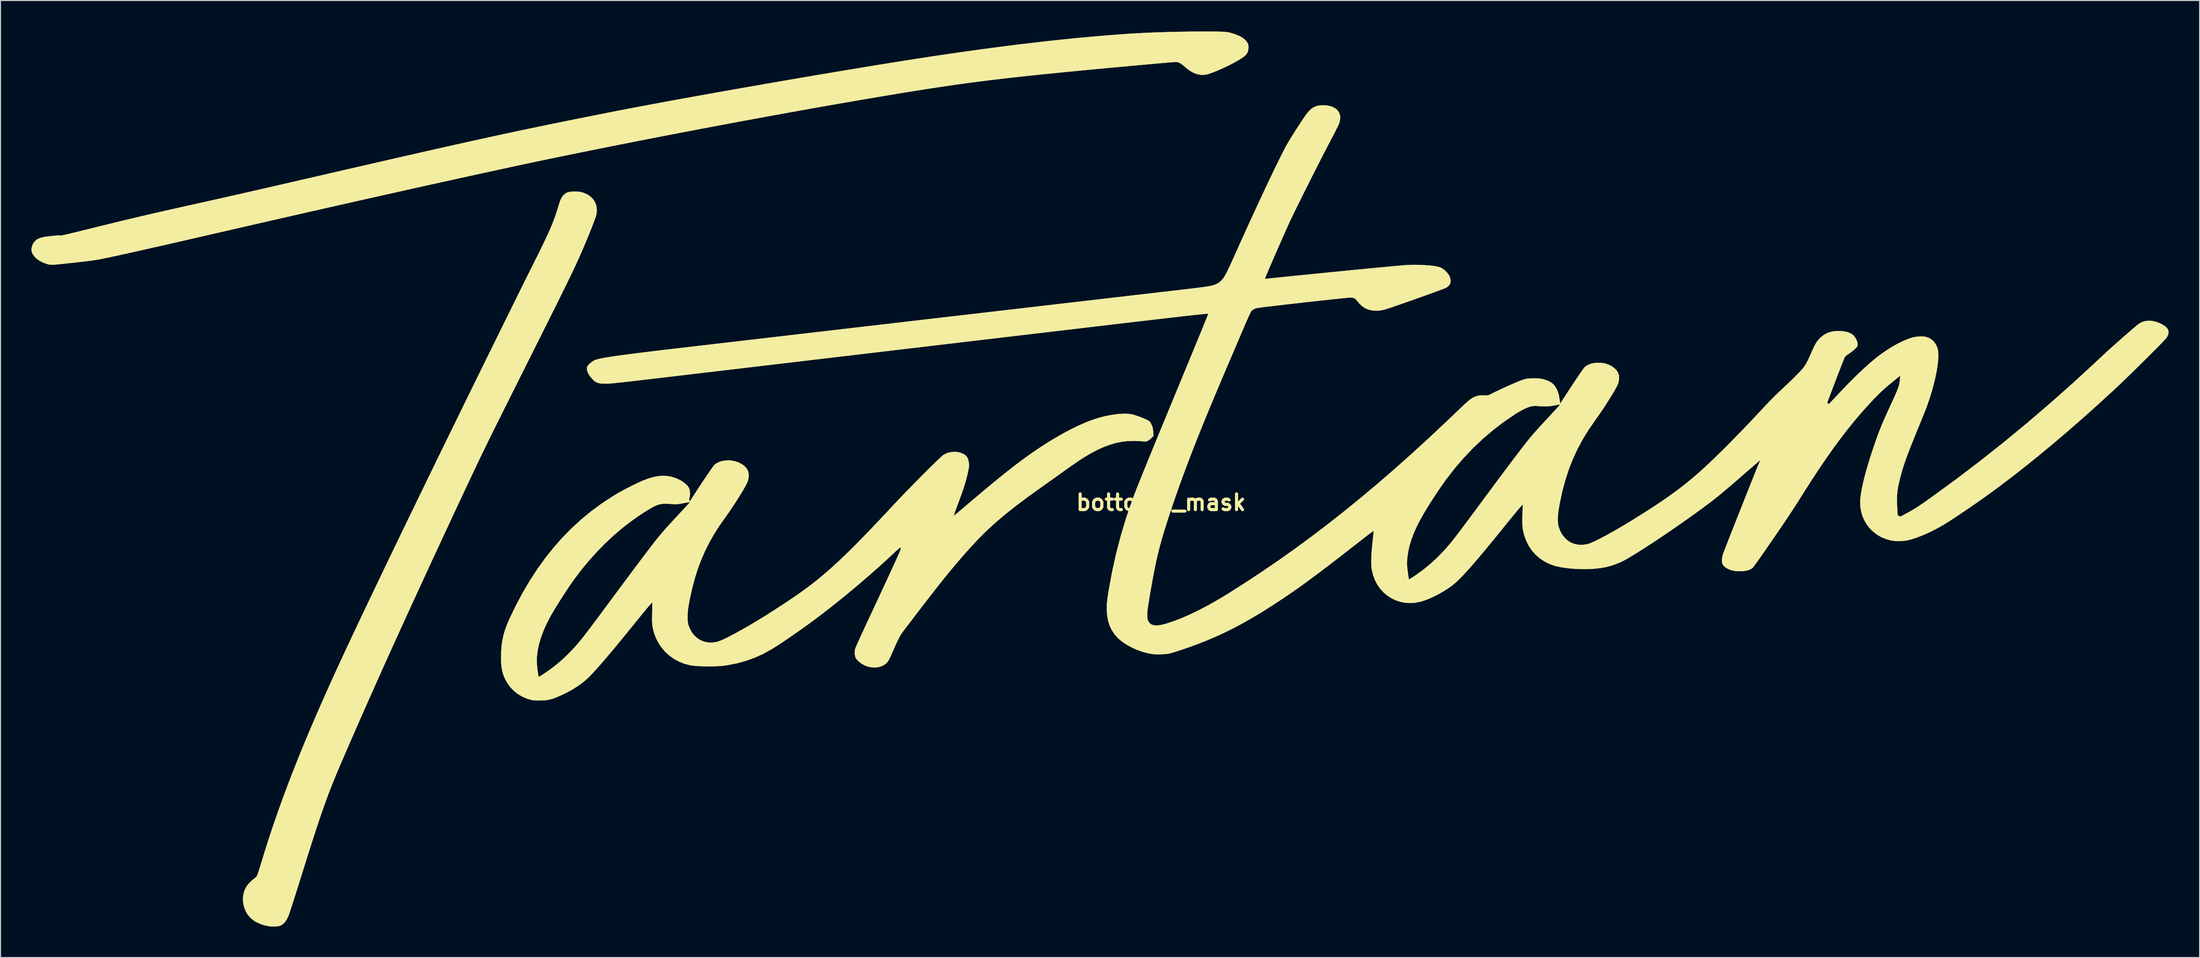
<source format=kicad_pcb>
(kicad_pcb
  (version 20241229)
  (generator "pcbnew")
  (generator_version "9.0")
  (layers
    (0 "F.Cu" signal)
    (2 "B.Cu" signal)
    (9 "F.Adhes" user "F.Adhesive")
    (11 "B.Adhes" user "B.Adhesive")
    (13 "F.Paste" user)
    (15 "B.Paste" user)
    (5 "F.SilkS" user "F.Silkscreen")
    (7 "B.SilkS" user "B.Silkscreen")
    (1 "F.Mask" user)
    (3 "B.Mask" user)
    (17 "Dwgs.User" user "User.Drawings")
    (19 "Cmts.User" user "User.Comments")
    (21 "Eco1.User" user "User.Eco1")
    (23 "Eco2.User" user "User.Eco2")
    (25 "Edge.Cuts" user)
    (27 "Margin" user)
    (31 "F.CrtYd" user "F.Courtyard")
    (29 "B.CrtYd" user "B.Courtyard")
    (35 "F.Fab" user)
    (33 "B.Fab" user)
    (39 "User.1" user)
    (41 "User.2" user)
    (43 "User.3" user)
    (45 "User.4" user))
  (footprint "bottom1_mask"
    (layer "F.Cu")
    (at 109.543 45.728)
    (property "Reference" "bottom1_mask" (at 0 0 0) (layer "F.SilkS") (effects (font (size 1.524 1.524) (thickness 0.3))))
    (attr through_hole)
    (fp_poly (pts (xy -56.387 -30.156) (xy -56.016 -30.066) (xy -55.678 -29.924) (xy -55.378 -29.732) (xy -55.124 -29.494) (xy -54.92 -29.211) (xy -54.919 -29.209) (xy -54.803 -28.944) (xy -54.734 -28.643) (xy -54.715 -28.325) (xy -54.747 -28.01) (xy -54.781 -27.869) (xy -54.829 -27.714) (xy -54.903 -27.503) (xy -55 -27.242) (xy -55.115 -26.94) (xy -55.246 -26.605) (xy -55.391 -26.243) (xy -55.545 -25.863) (xy -55.706 -25.472) (xy -55.87 -25.078) (xy -56.035 -24.689) (xy -56.197 -24.313) (xy -56.354 -23.957) (xy -56.355 -23.956) (xy -56.444 -23.755) (xy -56.536 -23.552) (xy -56.63 -23.346) (xy -56.728 -23.132) (xy -56.832 -22.908) (xy -56.943 -22.672) (xy -57.063 -22.421) (xy -57.192 -22.152) (xy -57.331 -21.861) (xy -57.484 -21.548) (xy -57.649 -21.208) (xy -57.83 -20.839) (xy -58.028 -20.438) (xy -58.243 -20.003) (xy -58.477 -19.53) (xy -58.731 -19.018) (xy -59.007 -18.462) (xy -59.307 -17.862) (xy -59.63 -17.213) (xy -59.98 -16.512) (xy -60.357 -15.759) (xy -60.762 -14.948) (xy -61.197 -14.078) (xy -61.366 -13.741) (xy -61.804 -12.867) (xy -62.212 -12.052) (xy -62.592 -11.293) (xy -62.945 -10.586) (xy -63.274 -9.927) (xy -63.581 -9.313) (xy -63.867 -8.741) (xy -64.134 -8.205) (xy -64.383 -7.703) (xy -64.617 -7.231) (xy -64.838 -6.786) (xy -65.046 -6.363) (xy -65.244 -5.959) (xy -65.435 -5.57) (xy -65.618 -5.193) (xy -65.797 -4.824) (xy -65.973 -4.459) (xy -66.148 -4.094) (xy -66.324 -3.727) (xy -66.502 -3.352) (xy -66.684 -2.967) (xy -66.873 -2.568) (xy -67.069 -2.151) (xy -67.275 -1.713) (xy -67.492 -1.249) (xy -67.722 -0.756) (xy -67.968 -0.231) (xy -68.23 0.33) (xy -68.511 0.932) (xy -68.57 1.058) (xy -69.577 3.219) (xy -70.552 5.32) (xy -71.495 7.36) (xy -72.406 9.343) (xy -73.287 11.269) (xy -74.138 13.139) (xy -74.96 14.955) (xy -75.753 16.719) (xy -76.517 18.432) (xy -77.254 20.094) (xy -77.965 21.709) (xy -78.649 23.276) (xy -79.307 24.797) (xy -79.596 25.471) (xy -79.793 25.933) (xy -79.982 26.381) (xy -80.162 26.82) (xy -80.338 27.253) (xy -80.509 27.686) (xy -80.678 28.124) (xy -80.845 28.57) (xy -81.014 29.03) (xy -81.186 29.508) (xy -81.361 30.01) (xy -81.543 30.538) (xy -81.731 31.099) (xy -81.929 31.697) (xy -82.137 32.337) (xy -82.358 33.022) (xy -82.593 33.759) (xy -82.843 34.551) (xy -83.111 35.403) (xy -83.287 35.966) (xy -83.513 36.688) (xy -83.718 37.342) (xy -83.904 37.93) (xy -84.069 38.45) (xy -84.214 38.903) (xy -84.339 39.289) (xy -84.443 39.607) (xy -84.527 39.858) (xy -84.591 40.041) (xy -84.63 40.146) (xy -84.777 40.455) (xy -84.95 40.711) (xy -85.144 40.911) (xy -85.354 41.048) (xy -85.434 41.081) (xy -85.591 41.119) (xy -85.795 41.144) (xy -86.026 41.154) (xy -86.26 41.149) (xy -86.478 41.128) (xy -86.536 41.119) (xy -86.828 41.061) (xy -87.075 40.997) (xy -87.301 40.919) (xy -87.533 40.82) (xy -87.626 40.776) (xy -87.802 40.687) (xy -87.94 40.605) (xy -88.063 40.513) (xy -88.195 40.396) (xy -88.301 40.293) (xy -88.451 40.139) (xy -88.562 40.009) (xy -88.648 39.883) (xy -88.727 39.741) (xy -88.753 39.688) (xy -88.91 39.29) (xy -89.003 38.886) (xy -89.031 38.485) (xy -88.996 38.093) (xy -88.897 37.716) (xy -88.734 37.362) (xy -88.715 37.33) (xy -88.546 37.09) (xy -88.329 36.848) (xy -88.081 36.624) (xy -87.982 36.547) (xy -87.86 36.449) (xy -87.753 36.351) (xy -87.681 36.27) (xy -87.67 36.255) (xy -87.643 36.194) (xy -87.6 36.074) (xy -87.542 35.905) (xy -87.474 35.696) (xy -87.398 35.456) (xy -87.318 35.195) (xy -87.279 35.066) (xy -86.896 33.814) (xy -86.496 32.559) (xy -86.076 31.297) (xy -85.635 30.024) (xy -85.172 28.735) (xy -84.684 27.426) (xy -84.171 26.092) (xy -83.63 24.729) (xy -83.059 23.333) (xy -82.457 21.9) (xy -81.822 20.424) (xy -81.153 18.901) (xy -80.447 17.327) (xy -79.922 16.175) (xy -79.587 15.447) (xy -79.221 14.659) (xy -78.826 13.81) (xy -78.401 12.904) (xy -77.948 11.942) (xy -77.467 10.926) (xy -76.959 9.858) (xy -76.426 8.739) (xy -75.868 7.571) (xy -75.286 6.356) (xy -74.681 5.096) (xy -74.053 3.792) (xy -73.404 2.446) (xy -72.734 1.061) (xy -72.044 -0.363) (xy -71.336 -1.824) (xy -70.609 -3.319) (xy -69.865 -4.846) (xy -69.105 -6.405) (xy -68.329 -7.994) (xy -67.539 -9.61) (xy -66.734 -11.252) (xy -65.917 -12.918) (xy -65.114 -14.552) (xy -64.697 -15.4) (xy -64.309 -16.189) (xy -63.948 -16.922) (xy -63.613 -17.602) (xy -63.302 -18.234) (xy -63.013 -18.821) (xy -62.744 -19.367) (xy -62.493 -19.875) (xy -62.259 -20.349) (xy -62.039 -20.793) (xy -61.832 -21.211) (xy -61.637 -21.605) (xy -61.45 -21.981) (xy -61.271 -22.341) (xy -61.097 -22.69) (xy -60.927 -23.03) (xy -60.759 -23.366) (xy -60.717 -23.451) (xy -60.419 -24.048) (xy -60.152 -24.588) (xy -59.914 -25.078) (xy -59.7 -25.524) (xy -59.51 -25.931) (xy -59.34 -26.305) (xy -59.188 -26.653) (xy -59.051 -26.98) (xy -58.928 -27.292) (xy -58.814 -27.595) (xy -58.708 -27.895) (xy -58.608 -28.198) (xy -58.51 -28.51) (xy -58.42 -28.811) (xy -58.328 -29.106) (xy -58.241 -29.342) (xy -58.154 -29.531) (xy -58.062 -29.684) (xy -57.959 -29.812) (xy -57.926 -29.846) (xy -57.774 -29.98) (xy -57.616 -30.072) (xy -57.43 -30.133) (xy -57.206 -30.17) (xy -56.786 -30.191) (xy -56.387 -30.156)) (stroke (width 0.025) (type solid)) (fill yes) (layer "F.SilkS"))
    (fp_poly (pts (xy 4.572 -45.715) (xy 5.115 -45.71) (xy 5.471 -45.705) (xy 5.767 -45.698) (xy 6.014 -45.689) (xy 6.221 -45.675) (xy 6.398 -45.657) (xy 6.558 -45.631) (xy 6.709 -45.598) (xy 6.862 -45.555) (xy 7.028 -45.502) (xy 7.214 -45.437) (xy 7.569 -45.296) (xy 7.859 -45.143) (xy 8.091 -44.974) (xy 8.271 -44.785) (xy 8.38 -44.621) (xy 8.435 -44.513) (xy 8.466 -44.417) (xy 8.48 -44.307) (xy 8.484 -44.154) (xy 8.484 -44.15) (xy 8.461 -43.899) (xy 8.39 -43.687) (xy 8.262 -43.495) (xy 8.121 -43.353) (xy 7.959 -43.224) (xy 7.742 -43.078) (xy 7.479 -42.918) (xy 7.18 -42.749) (xy 6.854 -42.576) (xy 6.51 -42.402) (xy 6.157 -42.232) (xy 5.804 -42.07) (xy 5.46 -41.921) (xy 5.136 -41.79) (xy 4.839 -41.679) (xy 4.579 -41.595) (xy 4.365 -41.54) (xy 4.274 -41.525) (xy 3.907 -41.515) (xy 3.541 -41.576) (xy 3.176 -41.707) (xy 2.81 -41.909) (xy 2.446 -42.181) (xy 2.319 -42.292) (xy 2.127 -42.459) (xy 1.966 -42.582) (xy 1.82 -42.67) (xy 1.675 -42.733) (xy 1.662 -42.738) (xy 1.636 -42.746) (xy 1.604 -42.753) (xy 1.562 -42.757) (xy 1.508 -42.76) (xy 1.436 -42.759) (xy 1.344 -42.757) (xy 1.226 -42.75) (xy 1.078 -42.741) (xy 0.898 -42.727) (xy 0.68 -42.71) (xy 0.421 -42.688) (xy 0.116 -42.662) (xy -0.238 -42.631) (xy -0.645 -42.594) (xy -1.11 -42.552) (xy -1.636 -42.504) (xy -2.227 -42.45) (xy -2.359 -42.438) (xy -3.687 -42.316) (xy -4.947 -42.2) (xy -6.146 -42.088) (xy -7.286 -41.98) (xy -8.371 -41.877) (xy -9.406 -41.776) (xy -10.394 -41.678) (xy -11.34 -41.583) (xy -12.246 -41.489) (xy -13.118 -41.397) (xy -13.959 -41.305) (xy -14.772 -41.214) (xy -15.563 -41.122) (xy -16.335 -41.03) (xy -17.091 -40.936) (xy -17.837 -40.841) (xy -18.575 -40.744) (xy -19.309 -40.644) (xy -20.045 -40.541) (xy -20.784 -40.434) (xy -21.533 -40.323) (xy -22.294 -40.207) (xy -23.071 -40.086) (xy -23.868 -39.959) (xy -24.69 -39.827) (xy -25.539 -39.687) (xy -26.421 -39.541) (xy -27.339 -39.386) (xy -28.297 -39.224) (xy -29.299 -39.053) (xy -29.414 -39.034) (xy -31.173 -38.73) (xy -32.992 -38.411) (xy -34.862 -38.078) (xy -36.774 -37.733) (xy -38.72 -37.377) (xy -40.692 -37.013) (xy -42.679 -36.641) (xy -44.675 -36.264) (xy -46.67 -35.883) (xy -48.656 -35.499) (xy -50.623 -35.115) (xy -52.564 -34.732) (xy -54.469 -34.351) (xy -56.331 -33.975) (xy -58.139 -33.605) (xy -58.579 -33.514) (xy -59.542 -33.313) (xy -60.572 -33.097) (xy -61.666 -32.864) (xy -62.822 -32.617) (xy -64.038 -32.354) (xy -65.313 -32.078) (xy -66.642 -31.787) (xy -68.026 -31.484) (xy -69.461 -31.167) (xy -70.945 -30.838) (xy -72.477 -30.498) (xy -74.053 -30.145) (xy -75.673 -29.782) (xy -77.333 -29.409) (xy -79.032 -29.025) (xy -80.768 -28.632) (xy -82.538 -28.23) (xy -84.34 -27.82) (xy -86.172 -27.401) (xy -88.033 -26.975) (xy -89.919 -26.541) (xy -91.112 -26.267) (xy -92.24 -26.007) (xy -93.301 -25.763) (xy -94.298 -25.534) (xy -95.231 -25.32) (xy -96.103 -25.121) (xy -96.915 -24.935) (xy -97.671 -24.764) (xy -98.371 -24.605) (xy -99.017 -24.459) (xy -99.612 -24.326) (xy -100.157 -24.204) (xy -100.654 -24.094) (xy -101.105 -23.995) (xy -101.512 -23.907) (xy -101.877 -23.829) (xy -102.201 -23.761) (xy -102.487 -23.702) (xy -102.736 -23.652) (xy -102.951 -23.61) (xy -103.133 -23.577) (xy -103.217 -23.563) (xy -103.407 -23.532) (xy -103.621 -23.5) (xy -103.864 -23.467) (xy -104.141 -23.432) (xy -104.458 -23.393) (xy -104.819 -23.352) (xy -105.231 -23.306) (xy -105.699 -23.255) (xy -106.229 -23.199) (xy -106.597 -23.16) (xy -106.901 -23.129) (xy -107.146 -23.105) (xy -107.341 -23.089) (xy -107.496 -23.081) (xy -107.621 -23.081) (xy -107.727 -23.088) (xy -107.824 -23.103) (xy -107.921 -23.126) (xy -108.03 -23.156) (xy -108.049 -23.162) (xy -108.429 -23.3) (xy -108.764 -23.473) (xy -109.049 -23.677) (xy -109.276 -23.908) (xy -109.442 -24.163) (xy -109.458 -24.196) (xy -109.524 -24.417) (xy -109.53 -24.654) (xy -109.48 -24.893) (xy -109.38 -25.123) (xy -109.232 -25.33) (xy -109.043 -25.501) (xy -108.955 -25.559) (xy -108.762 -25.65) (xy -108.519 -25.725) (xy -108.221 -25.787) (xy -107.861 -25.835) (xy -107.798 -25.842) (xy -107.51 -25.871) (xy -107.284 -25.894) (xy -107.113 -25.91) (xy -106.989 -25.921) (xy -106.903 -25.926) (xy -106.849 -25.926) (xy -106.817 -25.922) (xy -106.8 -25.914) (xy -106.791 -25.902) (xy -106.788 -25.898) (xy -106.762 -25.895) (xy -106.693 -25.904) (xy -106.578 -25.925) (xy -106.414 -25.959) (xy -106.2 -26.007) (xy -105.93 -26.07) (xy -105.605 -26.148) (xy -105.219 -26.241) (xy -104.771 -26.351) (xy -104.258 -26.478) (xy -104.19 -26.494) (xy -103.44 -26.68) (xy -102.746 -26.852) (xy -102.101 -27.01) (xy -101.496 -27.158) (xy -100.925 -27.297) (xy -100.378 -27.429) (xy -99.847 -27.556) (xy -99.326 -27.68) (xy -98.805 -27.803) (xy -98.277 -27.926) (xy -97.734 -28.051) (xy -97.168 -28.18) (xy -96.571 -28.316) (xy -95.934 -28.46) (xy -95.251 -28.613) (xy -94.512 -28.779) (xy -93.927 -28.909) (xy -93.326 -29.044) (xy -92.764 -29.169) (xy -92.236 -29.287) (xy -91.736 -29.399) (xy -91.26 -29.506) (xy -90.802 -29.609) (xy -90.358 -29.709) (xy -89.922 -29.807) (xy -89.49 -29.905) (xy -89.055 -30.004) (xy -88.614 -30.104) (xy -88.161 -30.207) (xy -87.691 -30.315) (xy -87.199 -30.427) (xy -86.679 -30.546) (xy -86.127 -30.673) (xy -85.538 -30.809) (xy -84.907 -30.954) (xy -84.228 -31.11) (xy -83.497 -31.279) (xy -82.708 -31.461) (xy -81.856 -31.658) (xy -81.686 -31.697) (xy -80.274 -32.023) (xy -78.928 -32.333) (xy -77.644 -32.628) (xy -76.42 -32.91) (xy -75.251 -33.178) (xy -74.136 -33.433) (xy -73.07 -33.677) (xy -72.05 -33.909) (xy -71.074 -34.131) (xy -70.139 -34.342) (xy -69.24 -34.545) (xy -68.375 -34.739) (xy -67.541 -34.925) (xy -66.735 -35.104) (xy -65.953 -35.276) (xy -65.192 -35.443) (xy -64.449 -35.605) (xy -63.721 -35.762) (xy -63.005 -35.916) (xy -62.297 -36.067) (xy -61.595 -36.215) (xy -60.895 -36.362) (xy -60.195 -36.508) (xy -59.49 -36.653) (xy -58.778 -36.8) (xy -58.055 -36.947) (xy -57.319 -37.096) (xy -56.567 -37.248) (xy -55.794 -37.403) (xy -54.999 -37.562) (xy -54.177 -37.725) (xy -53.463 -37.867) (xy -52.592 -38.038) (xy -51.656 -38.219) (xy -50.66 -38.408) (xy -49.609 -38.606) (xy -48.509 -38.811) (xy -47.363 -39.021) (xy -46.179 -39.238) (xy -44.959 -39.458) (xy -43.71 -39.683) (xy -42.436 -39.91) (xy -41.143 -40.139) (xy -39.834 -40.369) (xy -38.517 -40.599) (xy -37.194 -40.829) (xy -35.872 -41.056) (xy -34.556 -41.282) (xy -33.25 -41.504) (xy -31.959 -41.722) (xy -30.689 -41.934) (xy -29.444 -42.141) (xy -28.229 -42.341) (xy -27.051 -42.534) (xy -25.912 -42.718) (xy -24.819 -42.892) (xy -23.777 -43.056) (xy -22.79 -43.209) (xy -21.864 -43.35) (xy -21.608 -43.389) (xy -19.548 -43.69) (xy -17.532 -43.972) (xy -15.561 -44.234) (xy -13.638 -44.476) (xy -11.765 -44.697) (xy -9.945 -44.898) (xy -8.181 -45.077) (xy -6.475 -45.235) (xy -4.83 -45.372) (xy -3.248 -45.487) (xy -2.663 -45.525) (xy -2.127 -45.555) (xy -1.531 -45.584) (xy -0.887 -45.611) (xy -0.208 -45.635) (xy 0.495 -45.657) (xy 1.211 -45.676) (xy 1.927 -45.691) (xy 2.633 -45.703) (xy 3.317 -45.711) (xy 3.967 -45.715) (xy 4.572 -45.715)) (stroke (width 0.025) (type solid)) (fill yes) (layer "F.SilkS"))
    (fp_poly (pts (xy -3.211 -8.61) (xy -2.906 -8.572) (xy -2.84 -8.558) (xy -2.635 -8.505) (xy -2.404 -8.433) (xy -2.159 -8.349) (xy -1.913 -8.257) (xy -1.678 -8.162) (xy -1.466 -8.069) (xy -1.291 -7.984) (xy -1.164 -7.909) (xy -1.117 -7.874) (xy -1.051 -7.792) (xy -0.975 -7.662) (xy -0.9 -7.506) (xy -0.837 -7.344) (xy -0.824 -7.306) (xy -0.799 -7.197) (xy -0.775 -7.044) (xy -0.757 -6.873) (xy -0.752 -6.802) (xy -0.731 -6.461) (xy -0.924 -6.268) (xy -1.042 -6.16) (xy -1.167 -6.063) (xy -1.272 -5.996) (xy -1.273 -5.996) (xy -1.332 -5.967) (xy -1.385 -5.947) (xy -1.445 -5.935) (xy -1.525 -5.931) (xy -1.636 -5.934) (xy -1.792 -5.944) (xy -2.005 -5.961) (xy -2.02 -5.962) (xy -2.622 -5.987) (xy -3.21 -5.967) (xy -3.79 -5.9) (xy -4.369 -5.784) (xy -4.951 -5.617) (xy -5.543 -5.398) (xy -6.149 -5.125) (xy -6.776 -4.796) (xy -7.429 -4.409) (xy -7.938 -4.082) (xy -8.08 -3.986) (xy -8.268 -3.856) (xy -8.494 -3.699) (xy -8.745 -3.523) (xy -9.013 -3.334) (xy -9.285 -3.141) (xy -9.507 -2.982) (xy -9.818 -2.76) (xy -10.169 -2.51) (xy -10.54 -2.245) (xy -10.915 -1.977) (xy -11.274 -1.721) (xy -11.6 -1.489) (xy -11.697 -1.421) (xy -12.384 -0.928) (xy -13.017 -0.466) (xy -13.602 -0.031) (xy -14.145 0.383) (xy -14.652 0.781) (xy -15.13 1.167) (xy -15.584 1.547) (xy -16.021 1.925) (xy -16.447 2.307) (xy -16.836 2.667) (xy -17.266 3.084) (xy -17.731 3.556) (xy -18.225 4.081) (xy -18.745 4.653) (xy -19.288 5.269) (xy -19.85 5.925) (xy -20.428 6.617) (xy -21.018 7.34) (xy -21.397 7.814) (xy -21.556 8.015) (xy -21.741 8.251) (xy -21.949 8.517) (xy -22.176 8.809) (xy -22.418 9.121) (xy -22.671 9.449) (xy -22.932 9.786) (xy -23.195 10.128) (xy -23.458 10.47) (xy -23.716 10.806) (xy -23.965 11.132) (xy -24.202 11.442) (xy -24.422 11.731) (xy -24.622 11.994) (xy -24.797 12.226) (xy -24.944 12.422) (xy -25.059 12.577) (xy -25.138 12.685) (xy -25.172 12.734) (xy -25.3 12.946) (xy -25.44 13.207) (xy -25.595 13.521) (xy -25.767 13.893) (xy -25.958 14.328) (xy -25.959 14.33) (xy -26.089 14.628) (xy -26.196 14.87) (xy -26.286 15.062) (xy -26.361 15.213) (xy -26.427 15.332) (xy -26.488 15.425) (xy -26.547 15.502) (xy -26.61 15.57) (xy -26.616 15.576) (xy -26.852 15.764) (xy -27.125 15.899) (xy -27.426 15.982) (xy -27.746 16.015) (xy -28.075 15.997) (xy -28.405 15.929) (xy -28.725 15.812) (xy -29.027 15.646) (xy -29.302 15.433) (xy -29.356 15.381) (xy -29.481 15.25) (xy -29.564 15.144) (xy -29.618 15.042) (xy -29.647 14.959) (xy -29.699 14.661) (xy -29.682 14.35) (xy -29.65 14.201) (xy -29.626 14.133) (xy -29.574 14.008) (xy -29.498 13.831) (xy -29.399 13.608) (xy -29.281 13.345) (xy -29.147 13.048) (xy -28.998 12.723) (xy -28.838 12.376) (xy -28.669 12.013) (xy -28.613 11.892) (xy -28.189 10.987) (xy -27.796 10.145) (xy -27.433 9.365) (xy -27.099 8.646) (xy -26.793 7.989) (xy -26.517 7.391) (xy -26.268 6.853) (xy -26.048 6.373) (xy -25.855 5.951) (xy -25.689 5.586) (xy -25.55 5.277) (xy -25.438 5.023) (xy -25.352 4.825) (xy -25.291 4.68) (xy -25.257 4.589) (xy -25.248 4.56) (xy -25.229 4.43) (xy -25.235 4.353) (xy -25.243 4.341) (xy -25.279 4.354) (xy -25.362 4.414) (xy -25.489 4.521) (xy -25.656 4.671) (xy -25.862 4.862) (xy -25.894 4.893) (xy -26.633 5.581) (xy -27.421 6.295) (xy -28.247 7.025) (xy -29.101 7.761) (xy -29.969 8.494) (xy -30.841 9.213) (xy -31.706 9.909) (xy -32.552 10.573) (xy -33.196 11.066) (xy -33.614 11.378) (xy -34.053 11.701) (xy -34.507 12.03) (xy -34.967 12.358) (xy -35.426 12.681) (xy -35.877 12.995) (xy -36.312 13.292) (xy -36.724 13.569) (xy -37.104 13.82) (xy -37.447 14.04) (xy -37.743 14.223) (xy -37.819 14.269) (xy -38.605 14.698) (xy -39.408 15.061) (xy -40.232 15.36) (xy -41.085 15.597) (xy -41.97 15.774) (xy -42.298 15.823) (xy -42.594 15.855) (xy -42.933 15.88) (xy -43.304 15.895) (xy -43.694 15.903) (xy -44.089 15.902) (xy -44.478 15.894) (xy -44.846 15.878) (xy -45.183 15.854) (xy -45.473 15.822) (xy -45.694 15.786) (xy -46.246 15.637) (xy -46.767 15.427) (xy -47.252 15.159) (xy -47.698 14.836) (xy -48.101 14.462) (xy -48.456 14.039) (xy -48.759 13.57) (xy -48.874 13.353) (xy -49.044 12.976) (xy -49.172 12.612) (xy -49.267 12.23) (xy -49.301 12.047) (xy -49.32 11.932) (xy -49.333 11.817) (xy -49.343 11.693) (xy -49.348 11.548) (xy -49.35 11.371) (xy -49.348 11.152) (xy -49.344 10.88) (xy -49.339 10.677) (xy -49.317 9.66) (xy -49.507 9.866) (xy -49.559 9.924) (xy -49.617 9.988) (xy -49.682 10.064) (xy -49.758 10.153) (xy -49.849 10.261) (xy -49.958 10.392) (xy -50.087 10.549) (xy -50.241 10.737) (xy -50.423 10.96) (xy -50.635 11.221) (xy -50.882 11.525) (xy -51.166 11.876) (xy -51.491 12.278) (xy -51.505 12.294) (xy -52.095 13.021) (xy -52.644 13.69) (xy -53.153 14.303) (xy -53.621 14.861) (xy -54.049 15.363) (xy -54.437 15.81) (xy -54.787 16.203) (xy -55.097 16.541) (xy -55.368 16.826) (xy -55.602 17.057) (xy -55.635 17.089) (xy -56.045 17.442) (xy -56.517 17.789) (xy -57.04 18.122) (xy -57.606 18.436) (xy -58.204 18.725) (xy -58.453 18.833) (xy -58.76 18.958) (xy -59.024 19.052) (xy -59.265 19.12) (xy -59.502 19.166) (xy -59.754 19.194) (xy -60.04 19.209) (xy -60.166 19.212) (xy -60.478 19.214) (xy -60.725 19.207) (xy -60.913 19.19) (xy -60.995 19.176) (xy -61.483 19.039) (xy -61.943 18.84) (xy -62.37 18.585) (xy -62.758 18.276) (xy -63.101 17.919) (xy -63.394 17.518) (xy -63.627 17.087) (xy -63.75 16.791) (xy -63.844 16.497) (xy -63.913 16.19) (xy -63.96 15.857) (xy -63.986 15.484) (xy -63.988 15.342) (xy -60.542 15.342) (xy -60.538 15.498) (xy -60.527 15.685) (xy -60.509 15.892) (xy -60.487 16.107) (xy -60.461 16.32) (xy -60.434 16.517) (xy -60.406 16.689) (xy -60.379 16.823) (xy -60.355 16.908) (xy -60.337 16.933) (xy -60.296 16.914) (xy -60.207 16.862) (xy -60.078 16.782) (xy -59.92 16.68) (xy -59.742 16.562) (xy -59.719 16.547) (xy -59.129 16.133) (xy -58.581 15.707) (xy -58.057 15.255) (xy -57.538 14.761) (xy -57.286 14.505) (xy -57.146 14.359) (xy -57.012 14.216) (xy -56.88 14.074) (xy -56.749 13.928) (xy -56.616 13.775) (xy -56.477 13.612) (xy -56.33 13.435) (xy -56.173 13.24) (xy -56.002 13.024) (xy -55.815 12.784) (xy -55.608 12.515) (xy -55.38 12.215) (xy -55.128 11.88) (xy -54.848 11.507) (xy -54.538 11.091) (xy -54.196 10.63) (xy -53.818 10.12) (xy -53.402 9.558) (xy -53.287 9.402) (xy -53.004 9.019) (xy -52.707 8.618) (xy -52.402 8.207) (xy -52.097 7.796) (xy -51.798 7.394) (xy -51.513 7.01) (xy -51.247 6.655) (xy -51.009 6.336) (xy -50.805 6.063) (xy -50.782 6.032) (xy -50.424 5.555) (xy -50.103 5.129) (xy -49.815 4.748) (xy -49.554 4.405) (xy -49.317 4.097) (xy -49.098 3.816) (xy -48.893 3.558) (xy -48.696 3.315) (xy -48.504 3.083) (xy -48.31 2.856) (xy -48.112 2.628) (xy -47.903 2.393) (xy -47.679 2.145) (xy -47.436 1.879) (xy -47.168 1.589) (xy -46.871 1.269) (xy -46.724 1.111) (xy -46.521 0.893) (xy -46.33 0.687) (xy -46.157 0.499) (xy -46.007 0.336) (xy -45.888 0.206) (xy -45.806 0.115) (xy -45.769 0.074) (xy -45.669 -0.047) (xy -45.809 -0.026) (xy -45.895 -0.013) (xy -46.032 0.011) (xy -46.206 0.042) (xy -46.397 0.077) (xy -46.458 0.089) (xy -46.697 0.131) (xy -46.885 0.156) (xy -47.038 0.167) (xy -47.173 0.165) (xy -47.217 0.162) (xy -47.575 0.134) (xy -47.875 0.119) (xy -48.128 0.116) (xy -48.345 0.127) (xy -48.538 0.155) (xy -48.717 0.199) (xy -48.893 0.261) (xy -49.079 0.342) (xy -49.139 0.371) (xy -49.422 0.519) (xy -49.747 0.708) (xy -50.107 0.933) (xy -50.492 1.186) (xy -50.893 1.462) (xy -51.302 1.755) (xy -51.708 2.058) (xy -52.103 2.365) (xy -52.317 2.537) (xy -53.128 3.232) (xy -53.931 3.988) (xy -54.717 4.793) (xy -55.476 5.637) (xy -56.199 6.51) (xy -56.867 7.391) (xy -57.091 7.707) (xy -57.34 8.068) (xy -57.603 8.461) (xy -57.875 8.874) (xy -58.148 9.297) (xy -58.414 9.716) (xy -58.664 10.12) (xy -58.893 10.497) (xy -59.091 10.835) (xy -59.179 10.989) (xy -59.556 11.709) (xy -59.874 12.412) (xy -60.13 13.096) (xy -60.326 13.759) (xy -60.459 14.397) (xy -60.53 15.01) (xy -60.542 15.342) (xy -63.988 15.342) (xy -63.994 15.056) (xy -63.994 15.05) (xy -63.981 14.443) (xy -63.939 13.885) (xy -63.865 13.362) (xy -63.755 12.858) (xy -63.607 12.357) (xy -63.417 11.842) (xy -63.21 11.36) (xy -62.578 10.043) (xy -61.911 8.786) (xy -61.208 7.589) (xy -60.468 6.451) (xy -59.69 5.372) (xy -58.875 4.35) (xy -58.021 3.386) (xy -57.127 2.477) (xy -56.194 1.624) (xy -55.22 0.826) (xy -54.205 0.081) (xy -53.148 -0.61) (xy -52.723 -0.866) (xy -52.455 -1.019) (xy -52.149 -1.187) (xy -51.818 -1.361) (xy -51.476 -1.537) (xy -51.135 -1.708) (xy -50.808 -1.866) (xy -50.507 -2.006) (xy -50.247 -2.121) (xy -50.106 -2.179) (xy -49.625 -2.352) (xy -49.182 -2.477) (xy -48.767 -2.554) (xy -48.368 -2.586) (xy -47.975 -2.574) (xy -47.933 -2.571) (xy -47.599 -2.52) (xy -47.265 -2.431) (xy -46.941 -2.312) (xy -46.636 -2.166) (xy -46.359 -1.998) (xy -46.119 -1.816) (xy -45.925 -1.622) (xy -45.788 -1.424) (xy -45.736 -1.305) (xy -45.691 -1.098) (xy -45.676 -0.86) (xy -45.693 -0.624) (xy -45.729 -0.458) (xy -45.758 -0.329) (xy -45.752 -0.226) (xy -45.741 -0.186) (xy -45.702 -0.074) (xy -45.37 -0.593) (xy -45.118 -0.983) (xy -44.87 -1.366) (xy -44.627 -1.735) (xy -44.394 -2.088) (xy -44.173 -2.417) (xy -43.968 -2.72) (xy -43.783 -2.991) (xy -43.619 -3.225) (xy -43.482 -3.418) (xy -43.373 -3.564) (xy -43.297 -3.659) (xy -43.263 -3.694) (xy -42.99 -3.866) (xy -42.677 -3.989) (xy -42.337 -4.062) (xy -41.98 -4.087) (xy -41.617 -4.062) (xy -41.261 -3.988) (xy -40.922 -3.865) (xy -40.611 -3.693) (xy -40.597 -3.684) (xy -40.379 -3.514) (xy -40.215 -3.334) (xy -40.088 -3.126) (xy -40.066 -3.081) (xy -40.004 -2.876) (xy -39.983 -2.634) (xy -40.003 -2.373) (xy -40.062 -2.113) (xy -40.1 -2.004) (xy -40.172 -1.845) (xy -40.28 -1.637) (xy -40.421 -1.385) (xy -40.588 -1.098) (xy -40.778 -0.784) (xy -40.987 -0.449) (xy -41.208 -0.101) (xy -41.439 0.253) (xy -41.674 0.606) (xy -41.908 0.949) (xy -42.138 1.276) (xy -42.293 1.491) (xy -42.858 2.301) (xy -43.37 3.11) (xy -43.83 3.925) (xy -44.242 4.754) (xy -44.61 5.604) (xy -44.937 6.485) (xy -45.225 7.402) (xy -45.478 8.365) (xy -45.7 9.382) (xy -45.813 9.984) (xy -45.864 10.33) (xy -45.899 10.677) (xy -45.915 11.013) (xy -45.913 11.323) (xy -45.893 11.593) (xy -45.854 11.81) (xy -45.852 11.818) (xy -45.715 12.21) (xy -45.527 12.561) (xy -45.295 12.869) (xy -45.024 13.128) (xy -44.719 13.335) (xy -44.386 13.487) (xy -44.029 13.579) (xy -43.655 13.608) (xy -43.346 13.583) (xy -43.163 13.55) (xy -42.986 13.506) (xy -42.801 13.445) (xy -42.597 13.363) (xy -42.36 13.256) (xy -42.078 13.118) (xy -41.996 13.077) (xy -41.331 12.731) (xy -40.635 12.348) (xy -39.902 11.928) (xy -39.132 11.469) (xy -38.319 10.968) (xy -37.462 10.423) (xy -36.558 9.833) (xy -36.142 9.557) (xy -35.652 9.227) (xy -35.18 8.901) (xy -34.721 8.574) (xy -34.273 8.244) (xy -33.832 7.909) (xy -33.394 7.564) (xy -32.957 7.207) (xy -32.517 6.835) (xy -32.07 6.444) (xy -31.614 6.032) (xy -31.144 5.595) (xy -30.657 5.131) (xy -30.151 4.637) (xy -29.621 4.108) (xy -29.065 3.543) (xy -28.478 2.938) (xy -27.858 2.29) (xy -27.202 1.596) (xy -26.504 0.853) (xy -26.087 0.406) (xy -25.797 0.095) (xy -25.486 -0.233) (xy -25.16 -0.575) (xy -24.821 -0.927) (xy -24.475 -1.284) (xy -24.125 -1.644) (xy -23.775 -2.001) (xy -23.43 -2.351) (xy -23.092 -2.692) (xy -22.767 -3.018) (xy -22.458 -3.325) (xy -22.169 -3.61) (xy -21.905 -3.869) (xy -21.669 -4.097) (xy -21.465 -4.29) (xy -21.297 -4.445) (xy -21.17 -4.557) (xy -21.086 -4.623) (xy -21.081 -4.626) (xy -20.81 -4.768) (xy -20.509 -4.862) (xy -20.193 -4.909) (xy -19.873 -4.909) (xy -19.564 -4.862) (xy -19.278 -4.769) (xy -19.028 -4.63) (xy -18.955 -4.572) (xy -18.814 -4.41) (xy -18.71 -4.197) (xy -18.644 -3.945) (xy -18.619 -3.666) (xy -18.638 -3.371) (xy -18.646 -3.319) (xy -18.756 -2.774) (xy -18.908 -2.176) (xy -19.103 -1.525) (xy -19.342 -0.818) (xy -19.624 -0.057) (xy -19.625 -0.053) (xy -19.757 0.294) (xy -19.867 0.593) (xy -19.955 0.843) (xy -20.02 1.04) (xy -20.06 1.18) (xy -20.075 1.262) (xy -20.063 1.282) (xy -20.061 1.281) (xy -20.027 1.254) (xy -19.944 1.185) (xy -19.819 1.081) (xy -19.657 0.945) (xy -19.465 0.782) (xy -19.247 0.597) (xy -19.01 0.396) (xy -18.849 0.259) (xy -18.157 -0.329) (xy -17.513 -0.872) (xy -16.913 -1.374) (xy -16.354 -1.839) (xy -15.83 -2.269) (xy -15.339 -2.667) (xy -14.875 -3.037) (xy -14.436 -3.382) (xy -14.017 -3.705) (xy -13.614 -4.009) (xy -13.222 -4.298) (xy -12.839 -4.574) (xy -12.46 -4.842) (xy -12.33 -4.932) (xy -11.597 -5.425) (xy -10.866 -5.892) (xy -10.143 -6.328) (xy -9.433 -6.731) (xy -8.742 -7.097) (xy -8.076 -7.425) (xy -7.441 -7.71) (xy -6.843 -7.949) (xy -6.315 -8.131) (xy -5.83 -8.271) (xy -5.344 -8.389) (xy -4.866 -8.484) (xy -4.404 -8.555) (xy -3.969 -8.6) (xy -3.568 -8.619) (xy -3.211 -8.61)) (stroke (width 0.025) (type solid)) (fill yes) (layer "F.SilkS"))
    (fp_poly (pts (xy 16.065 -38.54) (xy 16.263 -38.511) (xy 16.292 -38.505) (xy 16.621 -38.401) (xy 16.893 -38.259) (xy 17.106 -38.082) (xy 17.259 -37.869) (xy 17.35 -37.625) (xy 17.38 -37.349) (xy 17.345 -37.045) (xy 17.34 -37.025) (xy 17.328 -36.969) (xy 17.314 -36.916) (xy 17.298 -36.86) (xy 17.275 -36.798) (xy 17.246 -36.725) (xy 17.206 -36.635) (xy 17.154 -36.525) (xy 17.087 -36.389) (xy 17.004 -36.223) (xy 16.901 -36.022) (xy 16.777 -35.782) (xy 16.629 -35.497) (xy 16.454 -35.162) (xy 16.252 -34.775) (xy 16.054 -34.396) (xy 15.887 -34.075) (xy 15.7 -33.712) (xy 15.495 -33.313) (xy 15.276 -32.884) (xy 15.047 -32.431) (xy 14.809 -31.961) (xy 14.567 -31.48) (xy 14.323 -30.995) (xy 14.08 -30.51) (xy 13.842 -30.033) (xy 13.612 -29.57) (xy 13.393 -29.127) (xy 13.187 -28.711) (xy 12.999 -28.327) (xy 12.831 -27.982) (xy 12.686 -27.682) (xy 12.567 -27.433) (xy 12.491 -27.27) (xy 12.386 -27.04) (xy 12.265 -26.772) (xy 12.13 -26.471) (xy 11.985 -26.144) (xy 11.83 -25.795) (xy 11.668 -25.429) (xy 11.503 -25.053) (xy 11.336 -24.673) (xy 11.17 -24.292) (xy 11.006 -23.918) (xy 10.848 -23.554) (xy 10.699 -23.208) (xy 10.559 -22.885) (xy 10.432 -22.589) (xy 10.32 -22.326) (xy 10.226 -22.103) (xy 10.151 -21.924) (xy 10.099 -21.795) (xy 10.071 -21.721) (xy 10.068 -21.706) (xy 10.107 -21.703) (xy 10.198 -21.71) (xy 10.324 -21.724) (xy 10.359 -21.729) (xy 10.433 -21.737) (xy 10.572 -21.752) (xy 10.772 -21.773) (xy 11.027 -21.8) (xy 11.333 -21.831) (xy 11.684 -21.867) (xy 12.077 -21.907) (xy 12.505 -21.951) (xy 12.965 -21.997) (xy 13.451 -22.046) (xy 13.959 -22.097) (xy 14.483 -22.15) (xy 15.019 -22.203) (xy 15.562 -22.257) (xy 16.106 -22.312) (xy 16.648 -22.366) (xy 17.182 -22.419) (xy 17.703 -22.47) (xy 18.206 -22.52) (xy 18.687 -22.567) (xy 19.141 -22.612) (xy 19.562 -22.653) (xy 19.946 -22.69) (xy 20.289 -22.723) (xy 20.408 -22.735) (xy 20.992 -22.79) (xy 21.511 -22.84) (xy 21.97 -22.883) (xy 22.373 -22.921) (xy 22.727 -22.954) (xy 23.035 -22.981) (xy 23.303 -23.004) (xy 23.536 -23.023) (xy 23.74 -23.038) (xy 23.918 -23.049) (xy 24.076 -23.058) (xy 24.219 -23.063) (xy 24.352 -23.066) (xy 24.48 -23.067) (xy 24.608 -23.067) (xy 24.742 -23.065) (xy 24.885 -23.062) (xy 24.941 -23.061) (xy 25.445 -23.044) (xy 25.896 -23.016) (xy 26.292 -22.978) (xy 26.627 -22.931) (xy 26.901 -22.873) (xy 27.108 -22.807) (xy 27.162 -22.783) (xy 27.368 -22.657) (xy 27.576 -22.485) (xy 27.764 -22.286) (xy 27.916 -22.08) (xy 27.977 -21.969) (xy 28.054 -21.749) (xy 28.083 -21.527) (xy 28.063 -21.321) (xy 28.032 -21.227) (xy 27.94 -21.083) (xy 27.798 -20.947) (xy 27.627 -20.837) (xy 27.587 -20.819) (xy 27.496 -20.781) (xy 27.344 -20.723) (xy 27.139 -20.646) (xy 26.887 -20.554) (xy 26.595 -20.447) (xy 26.27 -20.329) (xy 25.918 -20.202) (xy 25.546 -20.069) (xy 25.161 -19.931) (xy 24.768 -19.791) (xy 24.376 -19.651) (xy 23.989 -19.515) (xy 23.616 -19.384) (xy 23.263 -19.26) (xy 22.936 -19.146) (xy 22.642 -19.044) (xy 22.388 -18.957) (xy 22.18 -18.888) (xy 22.154 -18.879) (xy 21.867 -18.788) (xy 21.629 -18.719) (xy 21.425 -18.672) (xy 21.24 -18.642) (xy 21.057 -18.626) (xy 20.862 -18.621) (xy 20.849 -18.621) (xy 20.456 -18.65) (xy 20.102 -18.734) (xy 19.78 -18.877) (xy 19.485 -19.082) (xy 19.21 -19.352) (xy 19.083 -19.506) (xy 18.939 -19.677) (xy 18.808 -19.793) (xy 18.674 -19.862) (xy 18.521 -19.895) (xy 18.381 -19.901) (xy 18.304 -19.896) (xy 18.162 -19.884) (xy 17.961 -19.866) (xy 17.705 -19.84) (xy 17.4 -19.809) (xy 17.05 -19.772) (xy 16.662 -19.731) (xy 16.239 -19.686) (xy 15.788 -19.637) (xy 15.314 -19.585) (xy 14.821 -19.531) (xy 14.315 -19.474) (xy 13.802 -19.417) (xy 13.285 -19.358) (xy 12.771 -19.3) (xy 12.264 -19.242) (xy 11.771 -19.185) (xy 11.295 -19.129) (xy 10.842 -19.076) (xy 10.418 -19.025) (xy 10.205 -19) (xy 9.908 -18.963) (xy 9.672 -18.933) (xy 9.489 -18.907) (xy 9.348 -18.884) (xy 9.242 -18.861) (xy 9.161 -18.839) (xy 9.095 -18.814) (xy 9.037 -18.785) (xy 9.034 -18.784) (xy 8.916 -18.711) (xy 8.81 -18.632) (xy 8.768 -18.593) (xy 8.732 -18.537) (xy 8.67 -18.419) (xy 8.587 -18.245) (xy 8.483 -18.02) (xy 8.361 -17.748) (xy 8.223 -17.433) (xy 8.075 -17.089) (xy 7.745 -16.316) (xy 7.441 -15.604) (xy 7.161 -14.949) (xy 6.904 -14.347) (xy 6.668 -13.794) (xy 6.452 -13.287) (xy 6.254 -12.821) (xy 6.072 -12.392) (xy 5.904 -11.998) (xy 5.75 -11.633) (xy 5.607 -11.294) (xy 5.473 -10.978) (xy 5.347 -10.679) (xy 5.228 -10.395) (xy 5.113 -10.121) (xy 5.001 -9.853) (xy 4.972 -9.784) (xy 4.41 -8.424) (xy 3.88 -7.121) (xy 3.381 -5.871) (xy 2.912 -4.669) (xy 2.47 -3.509) (xy 2.054 -2.388) (xy 1.662 -1.301) (xy 1.293 -0.244) (xy 0.944 0.789) (xy 0.728 1.446) (xy 0.538 2.039) (xy 0.364 2.593) (xy 0.205 3.117) (xy 0.059 3.618) (xy -0.076 4.104) (xy -0.201 4.585) (xy -0.32 5.068) (xy -0.434 5.562) (xy -0.544 6.074) (xy -0.654 6.614) (xy -0.764 7.188) (xy -0.876 7.806) (xy -0.994 8.475) (xy -1.117 9.205) (xy -1.147 9.384) (xy -1.202 9.716) (xy -1.246 9.989) (xy -1.279 10.211) (xy -1.304 10.393) (xy -1.321 10.543) (xy -1.33 10.672) (xy -1.335 10.789) (xy -1.335 10.903) (xy -1.334 10.954) (xy -1.326 11.141) (xy -1.313 11.276) (xy -1.291 11.38) (xy -1.258 11.472) (xy -1.239 11.513) (xy -1.123 11.688) (xy -0.97 11.818) (xy -0.777 11.901) (xy -0.541 11.938) (xy -0.26 11.931) (xy 0.071 11.878) (xy 0.453 11.78) (xy 0.52 11.76) (xy 1.275 11.509) (xy 2.069 11.2) (xy 2.899 10.834) (xy 3.764 10.413) (xy 4.662 9.938) (xy 5.591 9.408) (xy 6.464 8.88) (xy 8.114 7.833) (xy 9.75 6.756) (xy 11.373 5.646) (xy 12.988 4.5) (xy 14.597 3.316) (xy 16.205 2.09) (xy 17.815 0.821) (xy 19.431 -0.495) (xy 21.055 -1.86) (xy 22.691 -3.278) (xy 24.344 -4.751) (xy 26.015 -6.282) (xy 27.71 -7.873) (xy 28.576 -8.701) (xy 28.882 -8.995) (xy 29.142 -9.243) (xy 29.363 -9.451) (xy 29.549 -9.623) (xy 29.706 -9.764) (xy 29.839 -9.878) (xy 29.952 -9.97) (xy 30.053 -10.044) (xy 30.145 -10.105) (xy 30.234 -10.157) (xy 30.312 -10.199) (xy 30.52 -10.293) (xy 30.72 -10.355) (xy 30.936 -10.39) (xy 31.187 -10.401) (xy 31.331 -10.4) (xy 31.508 -10.396) (xy 31.633 -10.398) (xy 31.725 -10.408) (xy 31.802 -10.43) (xy 31.884 -10.466) (xy 31.966 -10.508) (xy 32.152 -10.602) (xy 32.386 -10.717) (xy 32.657 -10.846) (xy 32.953 -10.984) (xy 33.265 -11.128) (xy 33.58 -11.272) (xy 33.889 -11.41) (xy 34.181 -11.539) (xy 34.443 -11.653) (xy 34.667 -11.747) (xy 34.84 -11.817) (xy 34.872 -11.828) (xy 35.089 -11.906) (xy 35.272 -11.963) (xy 35.439 -12.002) (xy 35.61 -12.027) (xy 35.804 -12.039) (xy 36.04 -12.044) (xy 36.177 -12.044) (xy 36.41 -12.042) (xy 36.59 -12.037) (xy 36.733 -12.027) (xy 36.858 -12.01) (xy 36.981 -11.985) (xy 37.119 -11.95) (xy 37.121 -11.95) (xy 37.468 -11.837) (xy 37.756 -11.698) (xy 37.993 -11.527) (xy 38.186 -11.317) (xy 38.345 -11.063) (xy 38.378 -10.997) (xy 38.451 -10.835) (xy 38.508 -10.687) (xy 38.554 -10.536) (xy 38.594 -10.363) (xy 38.632 -10.15) (xy 38.661 -9.969) (xy 38.72 -9.583) (xy 39.333 -10.533) (xy 39.624 -10.982) (xy 39.896 -11.399) (xy 40.148 -11.779) (xy 40.376 -12.12) (xy 40.578 -12.419) (xy 40.754 -12.673) (xy 40.899 -12.878) (xy 41.013 -13.031) (xy 41.093 -13.129) (xy 41.122 -13.159) (xy 41.33 -13.304) (xy 41.589 -13.426) (xy 41.807 -13.496) (xy 42.014 -13.535) (xy 42.265 -13.554) (xy 42.533 -13.556) (xy 42.793 -13.539) (xy 43.02 -13.504) (xy 43.057 -13.496) (xy 43.395 -13.385) (xy 43.699 -13.234) (xy 43.96 -13.049) (xy 44.168 -12.837) (xy 44.306 -12.623) (xy 44.363 -12.499) (xy 44.396 -12.393) (xy 44.411 -12.274) (xy 44.415 -12.119) (xy 44.412 -11.972) (xy 44.4 -11.837) (xy 44.375 -11.706) (xy 44.336 -11.569) (xy 44.277 -11.419) (xy 44.195 -11.248) (xy 44.087 -11.046) (xy 43.95 -10.806) (xy 43.779 -10.519) (xy 43.686 -10.364) (xy 42.94 -9.186) (xy 42.149 -8.043) (xy 42.072 -7.938) (xy 41.448 -7.032) (xy 40.885 -6.113) (xy 40.383 -5.174) (xy 39.938 -4.209) (xy 39.548 -3.212) (xy 39.21 -2.177) (xy 38.922 -1.099) (xy 38.721 -0.175) (xy 38.631 0.302) (xy 38.561 0.719) (xy 38.512 1.085) (xy 38.484 1.407) (xy 38.478 1.693) (xy 38.492 1.951) (xy 38.527 2.189) (xy 38.584 2.414) (xy 38.662 2.636) (xy 38.76 2.857) (xy 38.941 3.166) (xy 39.169 3.447) (xy 39.431 3.687) (xy 39.715 3.871) (xy 39.758 3.893) (xy 40.125 4.034) (xy 40.512 4.108) (xy 40.912 4.115) (xy 41.323 4.055) (xy 41.394 4.038) (xy 41.562 3.983) (xy 41.784 3.893) (xy 42.055 3.77) (xy 42.371 3.616) (xy 42.724 3.435) (xy 43.112 3.229) (xy 43.528 3.001) (xy 43.968 2.753) (xy 44.426 2.489) (xy 44.897 2.212) (xy 45.377 1.923) (xy 45.808 1.658) (xy 46.583 1.173) (xy 47.301 0.716) (xy 47.97 0.28) (xy 48.595 -0.139) (xy 49.184 -0.546) (xy 49.743 -0.946) (xy 50.277 -1.345) (xy 50.795 -1.747) (xy 51.302 -2.158) (xy 51.805 -2.583) (xy 52.311 -3.027) (xy 52.825 -3.495) (xy 53.355 -3.992) (xy 53.907 -4.524) (xy 54.487 -5.095) (xy 54.754 -5.36) (xy 55.078 -5.687) (xy 55.431 -6.044) (xy 55.801 -6.423) (xy 56.177 -6.809) (xy 56.548 -7.193) (xy 56.902 -7.563) (xy 57.23 -7.908) (xy 57.519 -8.215) (xy 57.54 -8.237) (xy 57.877 -8.599) (xy 58.173 -8.915) (xy 58.431 -9.191) (xy 58.658 -9.432) (xy 58.86 -9.645) (xy 59.042 -9.834) (xy 59.21 -10.007) (xy 59.369 -10.168) (xy 59.525 -10.323) (xy 59.684 -10.478) (xy 59.851 -10.639) (xy 60.032 -10.812) (xy 60.233 -11.002) (xy 60.459 -11.215) (xy 60.547 -11.298) (xy 60.957 -11.686) (xy 61.315 -12.032) (xy 61.623 -12.337) (xy 61.883 -12.605) (xy 62.098 -12.838) (xy 62.27 -13.037) (xy 62.401 -13.206) (xy 62.439 -13.26) (xy 62.561 -13.456) (xy 62.692 -13.7) (xy 62.836 -13.997) (xy 62.996 -14.354) (xy 63.059 -14.499) (xy 63.201 -14.826) (xy 63.326 -15.096) (xy 63.441 -15.32) (xy 63.551 -15.507) (xy 63.662 -15.669) (xy 63.781 -15.815) (xy 63.914 -15.955) (xy 63.947 -15.988) (xy 64.238 -16.231) (xy 64.554 -16.416) (xy 64.903 -16.544) (xy 65.291 -16.62) (xy 65.546 -16.641) (xy 65.949 -16.64) (xy 66.314 -16.599) (xy 66.635 -16.52) (xy 66.906 -16.404) (xy 67.123 -16.252) (xy 67.179 -16.197) (xy 67.316 -16.023) (xy 67.428 -15.829) (xy 67.51 -15.63) (xy 67.556 -15.44) (xy 67.561 -15.274) (xy 67.538 -15.181) (xy 67.473 -15.082) (xy 67.355 -14.955) (xy 67.194 -14.809) (xy 66.999 -14.651) (xy 66.777 -14.489) (xy 66.617 -14.38) (xy 66.456 -14.263) (xy 66.348 -14.158) (xy 66.311 -14.102) (xy 66.267 -14.002) (xy 66.2 -13.841) (xy 66.114 -13.625) (xy 66.008 -13.359) (xy 65.887 -13.048) (xy 65.751 -12.697) (xy 65.602 -12.312) (xy 65.444 -11.897) (xy 65.277 -11.459) (xy 65.163 -11.157) (xy 64.602 -9.669) (xy 64.685 -9.615) (xy 64.75 -9.575) (xy 64.784 -9.56) (xy 64.811 -9.585) (xy 64.881 -9.656) (xy 64.987 -9.767) (xy 65.124 -9.912) (xy 65.286 -10.085) (xy 65.468 -10.28) (xy 65.627 -10.451) (xy 66.177 -11.035) (xy 66.722 -11.597) (xy 67.256 -12.131) (xy 67.775 -12.633) (xy 68.273 -13.098) (xy 68.745 -13.519) (xy 69.184 -13.893) (xy 69.483 -14.132) (xy 69.975 -14.5) (xy 70.482 -14.843) (xy 70.993 -15.158) (xy 71.498 -15.437) (xy 71.987 -15.677) (xy 72.452 -15.871) (xy 72.832 -16) (xy 73.077 -16.057) (xy 73.349 -16.097) (xy 73.626 -16.117) (xy 73.885 -16.117) (xy 74.104 -16.093) (xy 74.126 -16.089) (xy 74.44 -15.99) (xy 74.716 -15.833) (xy 74.95 -15.62) (xy 75.139 -15.356) (xy 75.282 -15.042) (xy 75.334 -14.871) (xy 75.377 -14.62) (xy 75.392 -14.31) (xy 75.38 -13.948) (xy 75.342 -13.54) (xy 75.28 -13.09) (xy 75.195 -12.606) (xy 75.088 -12.093) (xy 74.96 -11.557) (xy 74.812 -11.004) (xy 74.645 -10.44) (xy 74.461 -9.871) (xy 74.261 -9.302) (xy 74.206 -9.155) (xy 74.152 -9.014) (xy 74.075 -8.817) (xy 73.978 -8.575) (xy 73.866 -8.296) (xy 73.743 -7.991) (xy 73.611 -7.669) (xy 73.476 -7.339) (xy 73.396 -7.143) (xy 73.154 -6.554) (xy 72.938 -6.022) (xy 72.747 -5.542) (xy 72.576 -5.107) (xy 72.425 -4.711) (xy 72.291 -4.347) (xy 72.171 -4.008) (xy 72.064 -3.688) (xy 71.965 -3.381) (xy 71.875 -3.08) (xy 71.789 -2.779) (xy 71.757 -2.663) (xy 71.638 -2.211) (xy 71.544 -1.81) (xy 71.471 -1.446) (xy 71.42 -1.104) (xy 71.387 -0.77) (xy 71.372 -0.428) (xy 71.374 -0.066) (xy 71.389 0.333) (xy 71.402 0.552) (xy 71.447 1.263) (xy 71.728 1.374) (xy 72.426 0.99) (xy 72.626 0.88) (xy 72.804 0.779) (xy 72.969 0.684) (xy 73.127 0.589) (xy 73.287 0.488) (xy 73.456 0.378) (xy 73.642 0.253) (xy 73.853 0.108) (xy 74.096 -0.062) (xy 74.378 -0.262) (xy 74.708 -0.497) (xy 74.807 -0.567) (xy 77.113 -2.25) (xy 79.415 -4.002) (xy 81.71 -5.822) (xy 83.996 -7.708) (xy 86.272 -9.658) (xy 88.537 -11.672) (xy 90.574 -13.547) (xy 90.793 -13.752) (xy 91.013 -13.957) (xy 91.224 -14.155) (xy 91.415 -14.334) (xy 91.578 -14.485) (xy 91.701 -14.6) (xy 91.721 -14.619) (xy 91.863 -14.75) (xy 92.042 -14.912) (xy 92.251 -15.1) (xy 92.483 -15.307) (xy 92.732 -15.528) (xy 92.993 -15.758) (xy 93.258 -15.991) (xy 93.522 -16.223) (xy 93.778 -16.446) (xy 94.02 -16.656) (xy 94.242 -16.848) (xy 94.437 -17.016) (xy 94.599 -17.153) (xy 94.723 -17.256) (xy 94.801 -17.318) (xy 94.809 -17.324) (xy 95.103 -17.495) (xy 95.423 -17.601) (xy 95.766 -17.642) (xy 96.129 -17.62) (xy 96.51 -17.533) (xy 96.905 -17.382) (xy 96.992 -17.34) (xy 97.274 -17.181) (xy 97.487 -17.015) (xy 97.631 -16.839) (xy 97.706 -16.652) (xy 97.714 -16.453) (xy 97.655 -16.24) (xy 97.532 -16.016) (xy 97.475 -15.944) (xy 97.371 -15.828) (xy 97.225 -15.67) (xy 97.04 -15.476) (xy 96.82 -15.25) (xy 96.57 -14.994) (xy 96.293 -14.715) (xy 95.995 -14.414) (xy 95.678 -14.098) (xy 95.346 -13.769) (xy 95.005 -13.431) (xy 94.658 -13.09) (xy 94.309 -12.748) (xy 93.963 -12.41) (xy 93.622 -12.08) (xy 93.292 -11.762) (xy 92.977 -11.46) (xy 92.68 -11.178) (xy 92.405 -10.921) (xy 92.232 -10.76) (xy 90.787 -9.438) (xy 89.356 -8.158) (xy 87.943 -6.924) (xy 86.551 -5.738) (xy 85.181 -4.602) (xy 83.838 -3.517) (xy 82.523 -2.488) (xy 81.239 -1.515) (xy 80.454 -0.937) (xy 80.084 -0.67) (xy 79.689 -0.388) (xy 79.275 -0.097) (xy 78.849 0.2) (xy 78.42 0.496) (xy 77.995 0.786) (xy 77.58 1.067) (xy 77.184 1.332) (xy 76.813 1.577) (xy 76.475 1.797) (xy 76.177 1.987) (xy 75.927 2.142) (xy 75.865 2.179) (xy 75.435 2.424) (xy 74.986 2.661) (xy 74.527 2.885) (xy 74.068 3.092) (xy 73.622 3.277) (xy 73.198 3.435) (xy 72.808 3.562) (xy 72.462 3.654) (xy 72.39 3.669) (xy 72.113 3.711) (xy 71.797 3.734) (xy 71.469 3.739) (xy 71.155 3.725) (xy 70.879 3.692) (xy 70.847 3.686) (xy 70.351 3.558) (xy 69.889 3.371) (xy 69.464 3.13) (xy 69.081 2.838) (xy 68.741 2.502) (xy 68.449 2.125) (xy 68.208 1.711) (xy 68.02 1.267) (xy 67.891 0.795) (xy 67.822 0.3) (xy 67.817 -0.212) (xy 67.835 -0.429) (xy 67.903 -0.928) (xy 68.006 -1.486) (xy 68.142 -2.101) (xy 68.312 -2.77) (xy 68.515 -3.491) (xy 68.749 -4.262) (xy 68.986 -4.992) (xy 69.161 -5.513) (xy 69.322 -5.98) (xy 69.473 -6.405) (xy 69.62 -6.801) (xy 69.767 -7.181) (xy 69.92 -7.558) (xy 70.084 -7.945) (xy 70.265 -8.355) (xy 70.466 -8.8) (xy 70.678 -9.26) (xy 70.874 -9.682) (xy 71.04 -10.047) (xy 71.181 -10.361) (xy 71.299 -10.631) (xy 71.395 -10.863) (xy 71.472 -11.062) (xy 71.533 -11.237) (xy 71.58 -11.393) (xy 71.614 -11.537) (xy 71.639 -11.674) (xy 71.657 -11.812) (xy 71.67 -11.956) (xy 71.672 -11.984) (xy 71.695 -12.319) (xy 71.048 -11.795) (xy 70.691 -11.503) (xy 70.377 -11.238) (xy 70.092 -10.987) (xy 69.824 -10.738) (xy 69.556 -10.478) (xy 69.276 -10.193) (xy 69.032 -9.938) (xy 68.435 -9.292) (xy 67.847 -8.63) (xy 67.266 -7.945) (xy 66.687 -7.233) (xy 66.108 -6.489) (xy 65.523 -5.709) (xy 64.931 -4.888) (xy 64.328 -4.021) (xy 63.709 -3.102) (xy 63.071 -2.128) (xy 62.411 -1.094) (xy 62.355 -1.005) (xy 62.12 -0.632) (xy 61.901 -0.286) (xy 61.694 0.039) (xy 61.496 0.348) (xy 61.303 0.647) (xy 61.11 0.942) (xy 60.915 1.24) (xy 60.712 1.544) (xy 60.498 1.863) (xy 60.27 2.201) (xy 60.023 2.564) (xy 59.753 2.959) (xy 59.457 3.39) (xy 59.13 3.865) (xy 58.769 4.388) (xy 58.552 4.702) (xy 58.326 5.028) (xy 58.114 5.33) (xy 57.92 5.604) (xy 57.748 5.843) (xy 57.601 6.044) (xy 57.482 6.202) (xy 57.396 6.312) (xy 57.345 6.369) (xy 57.34 6.373) (xy 57.243 6.433) (xy 57.11 6.5) (xy 56.982 6.553) (xy 56.787 6.607) (xy 56.544 6.644) (xy 56.273 6.664) (xy 55.995 6.667) (xy 55.731 6.651) (xy 55.505 6.616) (xy 55.193 6.527) (xy 54.925 6.409) (xy 54.706 6.265) (xy 54.543 6.1) (xy 54.443 5.919) (xy 54.429 5.876) (xy 54.402 5.675) (xy 54.417 5.432) (xy 54.47 5.16) (xy 54.55 4.904) (xy 54.593 4.788) (xy 54.66 4.615) (xy 54.747 4.389) (xy 54.853 4.115) (xy 54.977 3.799) (xy 55.115 3.445) (xy 55.267 3.059) (xy 55.43 2.645) (xy 55.601 2.209) (xy 55.78 1.756) (xy 55.964 1.29) (xy 56.151 0.816) (xy 56.34 0.34) (xy 56.527 -0.133) (xy 56.712 -0.598) (xy 56.892 -1.051) (xy 57.064 -1.486) (xy 57.229 -1.898) (xy 57.382 -2.283) (xy 57.522 -2.634) (xy 57.648 -2.948) (xy 57.757 -3.219) (xy 57.847 -3.441) (xy 57.917 -3.611) (xy 57.963 -3.723) (xy 57.978 -3.757) (xy 58.052 -3.921) (xy 58.097 -4.028) (xy 58.116 -4.085) (xy 58.108 -4.1) (xy 58.075 -4.082) (xy 58.016 -4.036) (xy 58.006 -4.028) (xy 57.948 -3.979) (xy 57.844 -3.891) (xy 57.702 -3.769) (xy 57.528 -3.619) (xy 57.331 -3.447) (xy 57.116 -3.261) (xy 56.956 -3.121) (xy 56.465 -2.693) (xy 56.022 -2.308) (xy 55.622 -1.962) (xy 55.258 -1.649) (xy 54.926 -1.366) (xy 54.62 -1.108) (xy 54.336 -0.871) (xy 54.068 -0.651) (xy 53.81 -0.444) (xy 53.558 -0.245) (xy 53.306 -0.05) (xy 53.049 0.146) (xy 52.781 0.346) (xy 52.498 0.555) (xy 52.194 0.777) (xy 52.017 0.906) (xy 51.472 1.299) (xy 50.917 1.693) (xy 50.357 2.087) (xy 49.796 2.477) (xy 49.238 2.86) (xy 48.689 3.233) (xy 48.152 3.592) (xy 47.632 3.936) (xy 47.134 4.262) (xy 46.662 4.565) (xy 46.221 4.843) (xy 45.815 5.094) (xy 45.449 5.314) (xy 45.127 5.5) (xy 44.853 5.65) (xy 44.679 5.738) (xy 44.321 5.895) (xy 43.922 6.043) (xy 43.513 6.172) (xy 43.125 6.271) (xy 43.106 6.275) (xy 42.575 6.368) (xy 41.993 6.43) (xy 41.373 6.461) (xy 40.728 6.461) (xy 40.07 6.43) (xy 39.412 6.368) (xy 38.774 6.277) (xy 38.206 6.147) (xy 37.676 5.959) (xy 37.187 5.715) (xy 36.741 5.416) (xy 36.34 5.067) (xy 35.987 4.668) (xy 35.684 4.222) (xy 35.434 3.731) (xy 35.239 3.198) (xy 35.133 2.785) (xy 35.102 2.63) (xy 35.08 2.482) (xy 35.066 2.324) (xy 35.057 2.139) (xy 35.053 1.911) (xy 35.052 1.764) (xy 35.053 1.511) (xy 35.057 1.241) (xy 35.063 0.977) (xy 35.071 0.745) (xy 35.076 0.635) (xy 35.102 0.159) (xy 34.956 0.318) (xy 34.877 0.405) (xy 34.779 0.518) (xy 34.659 0.658) (xy 34.515 0.831) (xy 34.343 1.039) (xy 34.14 1.286) (xy 33.904 1.576) (xy 33.632 1.911) (xy 33.32 2.296) (xy 33.109 2.558) (xy 32.553 3.244) (xy 32.037 3.875) (xy 31.56 4.455) (xy 31.119 4.984) (xy 30.712 5.466) (xy 30.338 5.903) (xy 29.995 6.296) (xy 29.68 6.648) (xy 29.392 6.962) (xy 29.129 7.238) (xy 28.888 7.48) (xy 28.668 7.69) (xy 28.467 7.869) (xy 28.283 8.021) (xy 28.203 8.082) (xy 27.824 8.349) (xy 27.41 8.611) (xy 26.976 8.859) (xy 26.535 9.088) (xy 26.099 9.291) (xy 25.684 9.46) (xy 25.302 9.589) (xy 25.206 9.616) (xy 24.692 9.72) (xy 24.187 9.757) (xy 23.695 9.729) (xy 23.221 9.639) (xy 22.768 9.49) (xy 22.342 9.285) (xy 21.946 9.028) (xy 21.585 8.719) (xy 21.263 8.364) (xy 20.984 7.964) (xy 20.753 7.522) (xy 20.575 7.042) (xy 20.452 6.526) (xy 20.438 6.438) (xy 20.408 6.156) (xy 20.402 5.966) (xy 23.855 5.966) (xy 23.861 6.117) (xy 23.876 6.29) (xy 23.901 6.501) (xy 23.936 6.765) (xy 23.936 6.769) (xy 24.034 7.48) (xy 24.197 7.385) (xy 24.297 7.324) (xy 24.434 7.238) (xy 24.586 7.139) (xy 24.677 7.079) (xy 25.364 6.588) (xy 26.041 6.041) (xy 26.693 5.452) (xy 27.302 4.833) (xy 27.335 4.798) (xy 27.466 4.655) (xy 27.591 4.517) (xy 27.714 4.379) (xy 27.836 4.238) (xy 27.961 4.091) (xy 28.092 3.934) (xy 28.23 3.763) (xy 28.379 3.575) (xy 28.542 3.367) (xy 28.722 3.135) (xy 28.92 2.875) (xy 29.14 2.583) (xy 29.385 2.258) (xy 29.656 1.894) (xy 29.958 1.488) (xy 30.293 1.037) (xy 30.663 0.538) (xy 31.071 -0.014) (xy 31.204 -0.194) (xy 31.813 -1.018) (xy 32.381 -1.784) (xy 32.909 -2.494) (xy 33.396 -3.146) (xy 33.842 -3.741) (xy 34.247 -4.279) (xy 34.612 -4.759) (xy 34.935 -5.183) (xy 35.217 -5.549) (xy 35.459 -5.858) (xy 35.659 -6.109) (xy 35.755 -6.227) (xy 35.913 -6.416) (xy 36.083 -6.614) (xy 36.269 -6.827) (xy 36.477 -7.061) (xy 36.714 -7.323) (xy 36.983 -7.617) (xy 37.291 -7.951) (xy 37.623 -8.308) (xy 37.881 -8.586) (xy 38.096 -8.817) (xy 38.27 -9.005) (xy 38.408 -9.155) (xy 38.513 -9.272) (xy 38.59 -9.359) (xy 38.643 -9.422) (xy 38.675 -9.464) (xy 38.69 -9.49) (xy 38.693 -9.505) (xy 38.69 -9.511) (xy 38.651 -9.511) (xy 38.555 -9.499) (xy 38.416 -9.476) (xy 38.247 -9.445) (xy 38.183 -9.432) (xy 37.917 -9.384) (xy 37.664 -9.353) (xy 37.407 -9.337) (xy 37.127 -9.336) (xy 36.807 -9.349) (xy 36.562 -9.365) (xy 36.357 -9.376) (xy 36.195 -9.376) (xy 36.05 -9.362) (xy 35.896 -9.334) (xy 35.892 -9.333) (xy 35.647 -9.262) (xy 35.358 -9.144) (xy 35.032 -8.983) (xy 34.676 -8.783) (xy 34.352 -8.584) (xy 33.271 -7.847) (xy 32.23 -7.053) (xy 31.229 -6.202) (xy 30.27 -5.294) (xy 29.352 -4.33) (xy 28.477 -3.309) (xy 27.645 -2.234) (xy 26.93 -1.216) (xy 26.529 -0.61) (xy 26.169 -0.054) (xy 25.848 0.459) (xy 25.561 0.933) (xy 25.306 1.375) (xy 25.079 1.79) (xy 24.877 2.184) (xy 24.816 2.307) (xy 24.518 2.968) (xy 24.278 3.603) (xy 24.093 4.22) (xy 23.962 4.829) (xy 23.881 5.438) (xy 23.863 5.666) (xy 23.856 5.821) (xy 23.855 5.966) (xy 20.402 5.966) (xy 20.396 5.809) (xy 20.402 5.402) (xy 20.425 4.939) (xy 20.464 4.424) (xy 20.521 3.861) (xy 20.532 3.764) (xy 20.561 3.508) (xy 20.585 3.277) (xy 20.605 3.077) (xy 20.619 2.92) (xy 20.627 2.812) (xy 20.627 2.765) (xy 20.626 2.764) (xy 20.612 2.763) (xy 20.582 2.778) (xy 20.531 2.809) (xy 20.456 2.861) (xy 20.355 2.934) (xy 20.222 3.033) (xy 20.056 3.159) (xy 19.852 3.316) (xy 19.607 3.506) (xy 19.317 3.731) (xy 18.98 3.994) (xy 18.59 4.298) (xy 18.538 4.338) (xy 17.824 4.896) (xy 17.159 5.412) (xy 16.539 5.89) (xy 15.959 6.333) (xy 15.415 6.746) (xy 14.901 7.131) (xy 14.413 7.493) (xy 13.946 7.834) (xy 13.496 8.158) (xy 13.057 8.469) (xy 12.625 8.77) (xy 12.195 9.064) (xy 11.763 9.356) (xy 11.483 9.542) (xy 10.541 10.156) (xy 9.638 10.722) (xy 8.765 11.243) (xy 7.914 11.725) (xy 7.076 12.171) (xy 6.243 12.586) (xy 5.406 12.975) (xy 4.557 13.34) (xy 3.687 13.687) (xy 2.788 14.019) (xy 1.958 14.306) (xy 1.704 14.39) (xy 1.456 14.469) (xy 1.226 14.54) (xy 1.028 14.599) (xy 0.873 14.641) (xy 0.794 14.66) (xy 0.62 14.686) (xy 0.396 14.708) (xy 0.14 14.723) (xy -0.128 14.731) (xy -0.389 14.732) (xy -0.623 14.726) (xy -0.81 14.711) (xy -0.829 14.708) (xy -1.314 14.618) (xy -1.808 14.482) (xy -2.301 14.306) (xy -2.778 14.096) (xy -3.229 13.857) (xy -3.642 13.594) (xy -4.003 13.313) (xy -4.185 13.145) (xy -4.506 12.779) (xy -4.768 12.38) (xy -4.974 11.946) (xy -5.123 11.473) (xy -5.216 10.961) (xy -5.255 10.405) (xy -5.256 10.274) (xy -5.253 10.068) (xy -5.243 9.858) (xy -5.224 9.634) (xy -5.195 9.383) (xy -5.155 9.094) (xy -5.103 8.755) (xy -5.059 8.484) (xy -4.729 6.701) (xy -4.336 4.936) (xy -3.882 3.196) (xy -3.369 1.487) (xy -2.796 -0.187) (xy -2.715 -0.409) (xy -2.651 -0.582) (xy -2.575 -0.781) (xy -2.487 -1.009) (xy -2.386 -1.266) (xy -2.271 -1.556) (xy -2.143 -1.879) (xy -1.998 -2.239) (xy -1.838 -2.636) (xy -1.662 -3.073) (xy -1.467 -3.551) (xy -1.255 -4.073) (xy -1.023 -4.641) (xy -0.771 -5.256) (xy -0.499 -5.92) (xy -0.205 -6.636) (xy 0.111 -7.405) (xy 0.451 -8.229) (xy 0.814 -9.111) (xy 1.201 -10.051) (xy 1.614 -11.052) (xy 2.054 -12.116) (xy 2.135 -12.312) (xy 2.445 -13.063) (xy 2.729 -13.752) (xy 2.989 -14.381) (xy 3.224 -14.952) (xy 3.436 -15.468) (xy 3.627 -15.931) (xy 3.796 -16.343) (xy 3.946 -16.708) (xy 4.077 -17.028) (xy 4.189 -17.304) (xy 4.285 -17.541) (xy 4.365 -17.739) (xy 4.431 -17.902) (xy 4.482 -18.032) (xy 4.521 -18.132) (xy 4.547 -18.204) (xy 4.563 -18.251) (xy 4.567 -18.261) (xy 4.571 -18.268) (xy 4.579 -18.276) (xy 4.59 -18.284) (xy 4.602 -18.291) (xy 4.613 -18.299) (xy 4.623 -18.305) (xy 4.63 -18.312) (xy 4.632 -18.317) (xy 4.629 -18.322) (xy 4.619 -18.326) (xy 4.601 -18.328) (xy 4.573 -18.329) (xy 4.534 -18.328) (xy 4.482 -18.326) (xy 4.417 -18.322) (xy 4.337 -18.316) (xy 4.24 -18.308) (xy 4.126 -18.298) (xy 3.992 -18.285) (xy 3.838 -18.269) (xy 3.663 -18.251) (xy 3.464 -18.23) (xy 3.241 -18.206) (xy 2.991 -18.179) (xy 2.715 -18.148) (xy 2.411 -18.114) (xy 2.076 -18.076) (xy 1.71 -18.034) (xy 1.312 -17.989) (xy 0.88 -17.939) (xy 0.412 -17.885) (xy -0.092 -17.826) (xy -0.634 -17.763) (xy -1.215 -17.695) (xy -1.836 -17.623) (xy -2.5 -17.545) (xy -3.207 -17.462) (xy -3.959 -17.374) (xy -4.756 -17.28) (xy -5.601 -17.18) (xy -6.495 -17.075) (xy -7.438 -16.963) (xy -8.433 -16.846) (xy -9.481 -16.722) (xy -10.582 -16.592) (xy -11.739 -16.455) (xy -12.953 -16.312) (xy -14.225 -16.162) (xy -15.556 -16.004) (xy -16.948 -15.84) (xy -18.403 -15.668) (xy -19.92 -15.488) (xy -21.503 -15.301) (xy -23.151 -15.106) (xy -24.867 -14.903) (xy -26.511 -14.709) (xy -27.658 -14.573) (xy -28.804 -14.438) (xy -29.946 -14.303) (xy -31.081 -14.168) (xy -32.207 -14.035) (xy -33.32 -13.904) (xy -34.417 -13.774) (xy -35.497 -13.646) (xy -36.555 -13.521) (xy -37.59 -13.399) (xy -38.598 -13.28) (xy -39.576 -13.164) (xy -40.522 -13.052) (xy -41.433 -12.944) (xy -42.306 -12.841) (xy -43.138 -12.743) (xy -43.927 -12.65) (xy -44.669 -12.562) (xy -45.361 -12.48) (xy -46.002 -12.404) (xy -46.587 -12.335) (xy -47.115 -12.273) (xy -47.582 -12.217) (xy -47.986 -12.17) (xy -48.323 -12.13) (xy -48.419 -12.118) (xy -49.12 -12.036) (xy -49.754 -11.961) (xy -50.327 -11.894) (xy -50.84 -11.834) (xy -51.298 -11.781) (xy -51.706 -11.734) (xy -52.066 -11.693) (xy -52.382 -11.659) (xy -52.659 -11.629) (xy -52.899 -11.605) (xy -53.107 -11.585) (xy -53.287 -11.569) (xy -53.442 -11.557) (xy -53.576 -11.548) (xy -53.693 -11.543) (xy -53.797 -11.54) (xy -53.891 -11.539) (xy -53.979 -11.54) (xy -54.065 -11.543) (xy -54.098 -11.544) (xy -54.359 -11.563) (xy -54.567 -11.6) (xy -54.738 -11.659) (xy -54.888 -11.749) (xy -55.034 -11.875) (xy -55.092 -11.933) (xy -55.326 -12.202) (xy -55.501 -12.458) (xy -55.615 -12.695) (xy -55.669 -12.913) (xy -55.66 -13.108) (xy -55.617 -13.226) (xy -55.541 -13.333) (xy -55.419 -13.458) (xy -55.269 -13.586) (xy -55.108 -13.702) (xy -54.954 -13.792) (xy -54.952 -13.793) (xy -54.867 -13.829) (xy -54.755 -13.867) (xy -54.616 -13.906) (xy -54.446 -13.947) (xy -54.243 -13.989) (xy -54.004 -14.034) (xy -53.728 -14.082) (xy -53.411 -14.133) (xy -53.052 -14.188) (xy -52.647 -14.246) (xy -52.196 -14.308) (xy -51.694 -14.375) (xy -51.14 -14.447) (xy -50.531 -14.524) (xy -49.865 -14.606) (xy -49.14 -14.694) (xy -48.353 -14.789) (xy -47.502 -14.889) (xy -46.583 -14.997) (xy -46.161 -15.046) (xy -45.658 -15.105) (xy -45.095 -15.171) (xy -44.48 -15.242) (xy -43.823 -15.319) (xy -43.132 -15.399) (xy -42.418 -15.483) (xy -41.69 -15.567) (xy -40.957 -15.653) (xy -40.227 -15.738) (xy -39.511 -15.821) (xy -38.818 -15.902) (xy -38.156 -15.979) (xy -37.977 -16) (xy -36.238 -16.203) (xy -34.436 -16.413) (xy -32.577 -16.629) (xy -30.668 -16.852) (xy -28.716 -17.079) (xy -26.728 -17.31) (xy -24.71 -17.545) (xy -22.67 -17.783) (xy -20.613 -18.022) (xy -18.546 -18.262) (xy -16.477 -18.503) (xy -14.411 -18.743) (xy -12.357 -18.982) (xy -10.32 -19.219) (xy -8.307 -19.453) (xy -6.325 -19.683) (xy -4.381 -19.909) (xy -2.481 -20.13) (xy -0.632 -20.344) (xy 0.071 -20.426) (xy 0.727 -20.502) (xy 1.317 -20.571) (xy 1.845 -20.632) (xy 2.315 -20.688) (xy 2.731 -20.737) (xy 3.096 -20.781) (xy 3.415 -20.819) (xy 3.692 -20.854) (xy 3.93 -20.884) (xy 4.134 -20.911) (xy 4.307 -20.936) (xy 4.453 -20.958) (xy 4.577 -20.978) (xy 4.682 -20.997) (xy 4.773 -21.015) (xy 4.853 -21.033) (xy 4.926 -21.052) (xy 4.996 -21.071) (xy 5.044 -21.084) (xy 5.299 -21.169) (xy 5.505 -21.265) (xy 5.683 -21.384) (xy 5.853 -21.539) (xy 5.907 -21.596) (xy 5.978 -21.676) (xy 6.048 -21.766) (xy 6.12 -21.87) (xy 6.196 -21.994) (xy 6.28 -22.142) (xy 6.373 -22.32) (xy 6.479 -22.532) (xy 6.6 -22.785) (xy 6.739 -23.083) (xy 6.898 -23.43) (xy 7.08 -23.833) (xy 7.26 -24.236) (xy 7.598 -24.99) (xy 7.938 -25.744) (xy 8.277 -26.492) (xy 8.615 -27.233) (xy 8.949 -27.962) (xy 9.278 -28.675) (xy 9.6 -29.369) (xy 9.914 -30.041) (xy 10.216 -30.686) (xy 10.507 -31.301) (xy 10.784 -31.882) (xy 11.046 -32.426) (xy 11.29 -32.929) (xy 11.515 -33.387) (xy 11.72 -33.798) (xy 11.902 -34.156) (xy 12.06 -34.459) (xy 12.192 -34.703) (xy 12.248 -34.802) (xy 12.409 -35.076) (xy 12.602 -35.392) (xy 12.829 -35.754) (xy 13.09 -36.164) (xy 13.389 -36.625) (xy 13.726 -37.141) (xy 13.73 -37.148) (xy 13.945 -37.466) (xy 14.134 -37.728) (xy 14.306 -37.941) (xy 14.468 -38.111) (xy 14.627 -38.244) (xy 14.79 -38.348) (xy 14.964 -38.429) (xy 15.157 -38.493) (xy 15.209 -38.507) (xy 15.382 -38.538) (xy 15.6 -38.554) (xy 15.835 -38.554) (xy 16.065 -38.54)) (stroke (width 0.025) (type solid)) (fill yes) (layer "F.SilkS")))
  (gr_rect
    (start -3 -3)
    (end 210.27 89.895)
    (stroke (width 0.1) (type default))
    (fill no)
    (layer "Edge.Cuts")))
</source>
